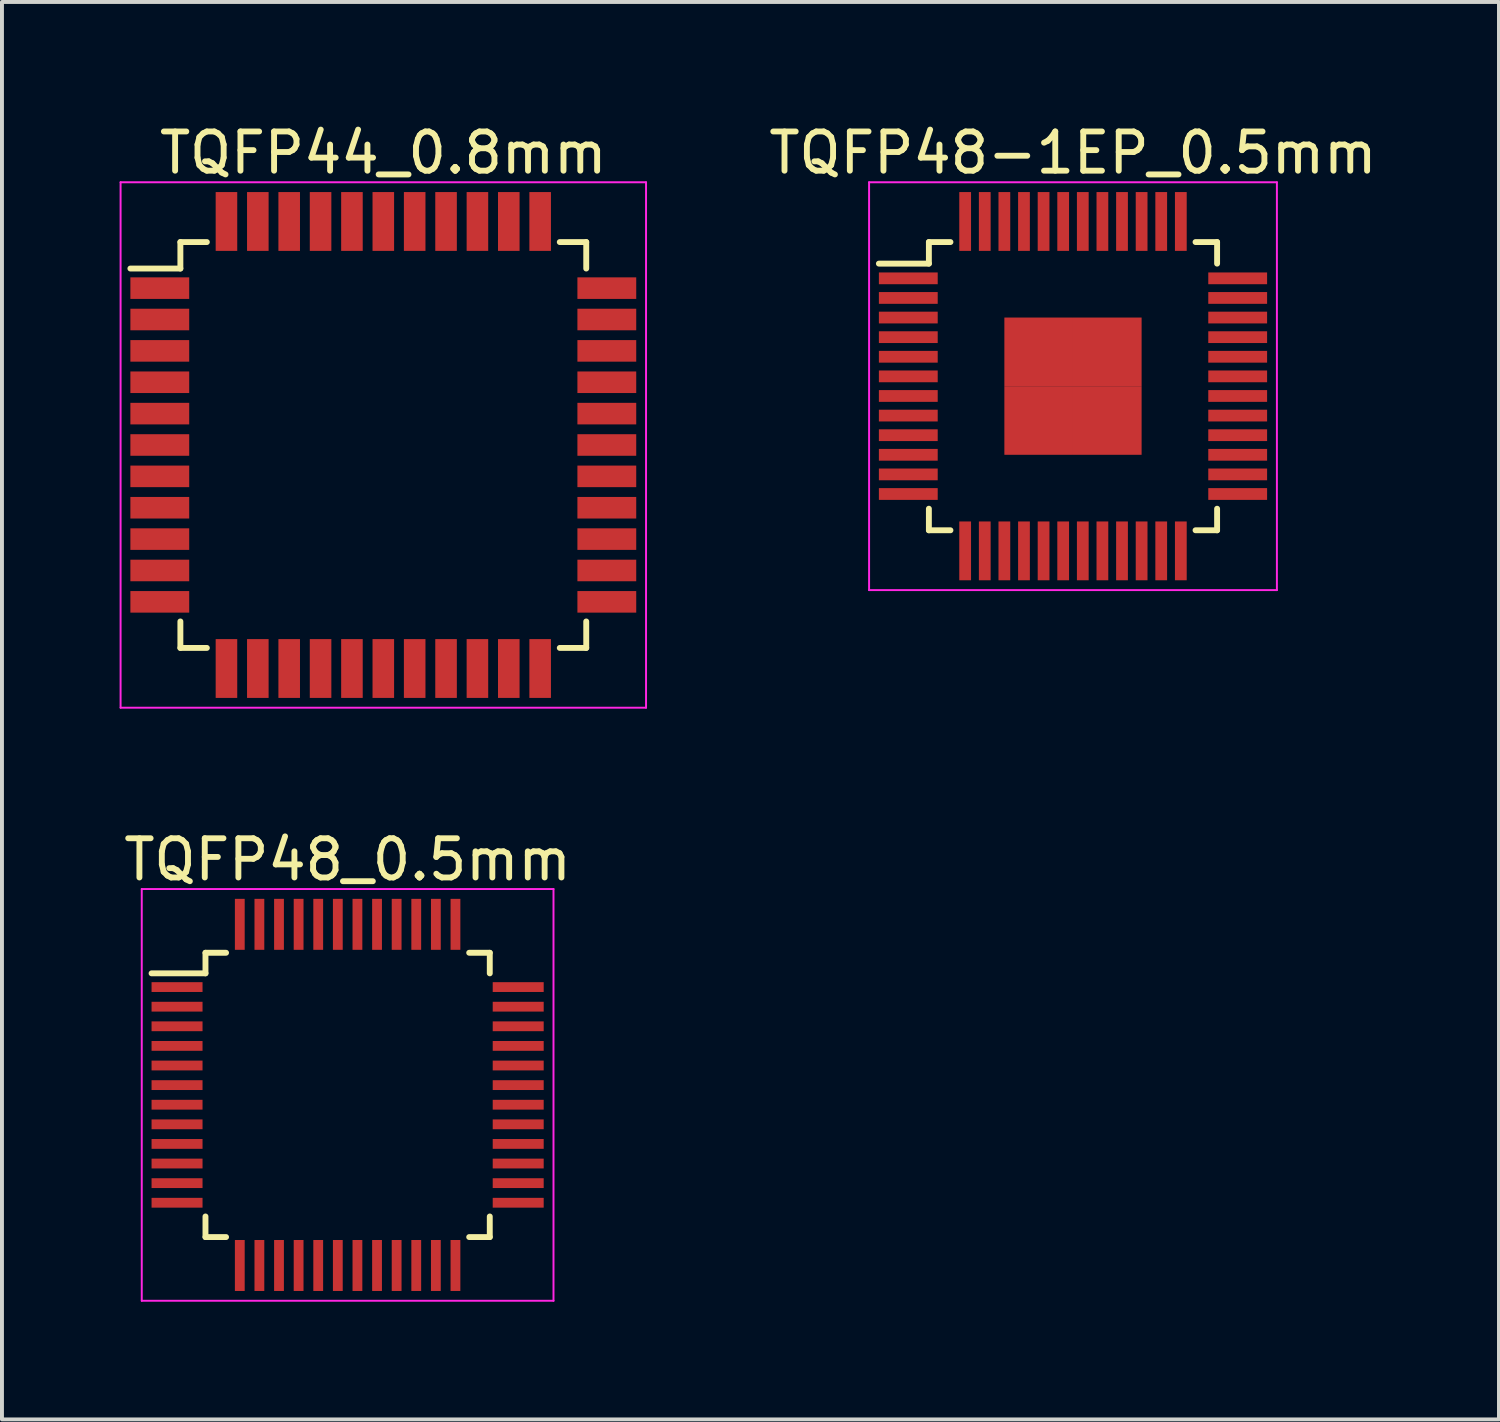
<source format=kicad_pcb>
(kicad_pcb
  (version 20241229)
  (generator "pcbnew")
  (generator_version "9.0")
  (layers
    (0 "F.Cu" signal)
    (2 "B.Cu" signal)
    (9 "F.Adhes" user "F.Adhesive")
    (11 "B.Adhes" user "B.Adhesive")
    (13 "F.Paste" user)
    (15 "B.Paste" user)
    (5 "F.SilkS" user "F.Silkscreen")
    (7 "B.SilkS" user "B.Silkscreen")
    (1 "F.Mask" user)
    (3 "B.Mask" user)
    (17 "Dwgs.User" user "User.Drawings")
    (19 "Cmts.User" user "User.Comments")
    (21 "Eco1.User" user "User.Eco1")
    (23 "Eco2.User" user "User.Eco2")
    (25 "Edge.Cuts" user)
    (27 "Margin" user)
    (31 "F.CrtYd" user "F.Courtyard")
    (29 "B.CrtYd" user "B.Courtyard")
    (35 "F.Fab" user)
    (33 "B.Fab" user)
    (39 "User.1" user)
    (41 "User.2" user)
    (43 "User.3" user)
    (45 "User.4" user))
  (footprint "TQFP44_0.8mm"
    (layer "F.Cu")
    (at 6.725 8.298)
    (property "Reference" "TQFP44_0.8mm" (at 0 -7.45 0) (layer "F.SilkS") (effects (font (size 1 1) (thickness 0.15))))
    (attr smd)
    (fp_line (start -5.175 -5.175) (end -5.175 -4.5) (stroke (width 0.15) (type solid)) (layer "F.SilkS"))
    (fp_line (start -5.175 -5.175) (end -4.5 -5.175) (stroke (width 0.15) (type solid)) (layer "F.SilkS"))
    (fp_line (start -5.175 -4.5) (end -6.45 -4.5) (stroke (width 0.15) (type solid)) (layer "F.SilkS"))
    (fp_line (start -5.175 5.175) (end -5.175 4.5) (stroke (width 0.15) (type solid)) (layer "F.SilkS"))
    (fp_line (start -5.175 5.175) (end -4.5 5.175) (stroke (width 0.15) (type solid)) (layer "F.SilkS"))
    (fp_line (start 5.175 -5.175) (end 4.5 -5.175) (stroke (width 0.15) (type solid)) (layer "F.SilkS"))
    (fp_line (start 5.175 -5.175) (end 5.175 -4.5) (stroke (width 0.15) (type solid)) (layer "F.SilkS"))
    (fp_line (start 5.175 5.175) (end 4.5 5.175) (stroke (width 0.15) (type solid)) (layer "F.SilkS"))
    (fp_line (start 5.175 5.175) (end 5.175 4.5) (stroke (width 0.15) (type solid)) (layer "F.SilkS"))
    (fp_line (start -6.7 -6.7) (end -6.7 6.7) (stroke (width 0.05) (type solid)) (layer "F.CrtYd"))
    (fp_line (start -6.7 -6.7) (end 6.7 -6.7) (stroke (width 0.05) (type solid)) (layer "F.CrtYd"))
    (fp_line (start -6.7 6.7) (end 6.7 6.7) (stroke (width 0.05) (type solid)) (layer "F.CrtYd"))
    (fp_line (start 6.7 -6.7) (end 6.7 6.7) (stroke (width 0.05) (type solid)) (layer "F.CrtYd"))
    (pad "1" smd rect (at -5.7 -4) (size 1.5 0.55) (layers "F.Cu" "F.Mask" "F.Paste"))
    (pad "2" smd rect (at -5.7 -3.2) (size 1.5 0.55) (layers "F.Cu" "F.Mask" "F.Paste"))
    (pad "3" smd rect (at -5.7 -2.4) (size 1.5 0.55) (layers "F.Cu" "F.Mask" "F.Paste"))
    (pad "4" smd rect (at -5.7 -1.6) (size 1.5 0.55) (layers "F.Cu" "F.Mask" "F.Paste"))
    (pad "5" smd rect (at -5.7 -0.8) (size 1.5 0.55) (layers "F.Cu" "F.Mask" "F.Paste"))
    (pad "6" smd rect (at -5.7 0) (size 1.5 0.55) (layers "F.Cu" "F.Mask" "F.Paste"))
    (pad "7" smd rect (at -5.7 0.8) (size 1.5 0.55) (layers "F.Cu" "F.Mask" "F.Paste"))
    (pad "8" smd rect (at -5.7 1.6) (size 1.5 0.55) (layers "F.Cu" "F.Mask" "F.Paste"))
    (pad "9" smd rect (at -5.7 2.4) (size 1.5 0.55) (layers "F.Cu" "F.Mask" "F.Paste"))
    (pad "10" smd rect (at -5.7 3.2) (size 1.5 0.55) (layers "F.Cu" "F.Mask" "F.Paste"))
    (pad "11" smd rect (at -5.7 4) (size 1.5 0.55) (layers "F.Cu" "F.Mask" "F.Paste"))
    (pad "12" smd rect (at -4 5.7 90) (size 1.5 0.55) (layers "F.Cu" "F.Mask" "F.Paste"))
    (pad "13" smd rect (at -3.2 5.7 90) (size 1.5 0.55) (layers "F.Cu" "F.Mask" "F.Paste"))
    (pad "14" smd rect (at -2.4 5.7 90) (size 1.5 0.55) (layers "F.Cu" "F.Mask" "F.Paste"))
    (pad "15" smd rect (at -1.6 5.7 90) (size 1.5 0.55) (layers "F.Cu" "F.Mask" "F.Paste"))
    (pad "16" smd rect (at -0.8 5.7 90) (size 1.5 0.55) (layers "F.Cu" "F.Mask" "F.Paste"))
    (pad "17" smd rect (at 0 5.7 90) (size 1.5 0.55) (layers "F.Cu" "F.Mask" "F.Paste"))
    (pad "18" smd rect (at 0.8 5.7 90) (size 1.5 0.55) (layers "F.Cu" "F.Mask" "F.Paste"))
    (pad "19" smd rect (at 1.6 5.7 90) (size 1.5 0.55) (layers "F.Cu" "F.Mask" "F.Paste"))
    (pad "20" smd rect (at 2.4 5.7 90) (size 1.5 0.55) (layers "F.Cu" "F.Mask" "F.Paste"))
    (pad "21" smd rect (at 3.2 5.7 90) (size 1.5 0.55) (layers "F.Cu" "F.Mask" "F.Paste"))
    (pad "22" smd rect (at 4 5.7 90) (size 1.5 0.55) (layers "F.Cu" "F.Mask" "F.Paste"))
    (pad "23" smd rect (at 5.7 4) (size 1.5 0.55) (layers "F.Cu" "F.Mask" "F.Paste"))
    (pad "24" smd rect (at 5.7 3.2) (size 1.5 0.55) (layers "F.Cu" "F.Mask" "F.Paste"))
    (pad "25" smd rect (at 5.7 2.4) (size 1.5 0.55) (layers "F.Cu" "F.Mask" "F.Paste"))
    (pad "26" smd rect (at 5.7 1.6) (size 1.5 0.55) (layers "F.Cu" "F.Mask" "F.Paste"))
    (pad "27" smd rect (at 5.7 0.8) (size 1.5 0.55) (layers "F.Cu" "F.Mask" "F.Paste"))
    (pad "28" smd rect (at 5.7 0) (size 1.5 0.55) (layers "F.Cu" "F.Mask" "F.Paste"))
    (pad "29" smd rect (at 5.7 -0.8) (size 1.5 0.55) (layers "F.Cu" "F.Mask" "F.Paste"))
    (pad "30" smd rect (at 5.7 -1.6) (size 1.5 0.55) (layers "F.Cu" "F.Mask" "F.Paste"))
    (pad "31" smd rect (at 5.7 -2.4) (size 1.5 0.55) (layers "F.Cu" "F.Mask" "F.Paste"))
    (pad "32" smd rect (at 5.7 -3.2) (size 1.5 0.55) (layers "F.Cu" "F.Mask" "F.Paste"))
    (pad "33" smd rect (at 5.7 -4) (size 1.5 0.55) (layers "F.Cu" "F.Mask" "F.Paste"))
    (pad "34" smd rect (at 4 -5.7 90) (size 1.5 0.55) (layers "F.Cu" "F.Mask" "F.Paste"))
    (pad "35" smd rect (at 3.2 -5.7 90) (size 1.5 0.55) (layers "F.Cu" "F.Mask" "F.Paste"))
    (pad "36" smd rect (at 2.4 -5.7 90) (size 1.5 0.55) (layers "F.Cu" "F.Mask" "F.Paste"))
    (pad "37" smd rect (at 1.6 -5.7 90) (size 1.5 0.55) (layers "F.Cu" "F.Mask" "F.Paste"))
    (pad "38" smd rect (at 0.8 -5.7 90) (size 1.5 0.55) (layers "F.Cu" "F.Mask" "F.Paste"))
    (pad "39" smd rect (at 0 -5.7 90) (size 1.5 0.55) (layers "F.Cu" "F.Mask" "F.Paste"))
    (pad "40" smd rect (at -0.8 -5.7 90) (size 1.5 0.55) (layers "F.Cu" "F.Mask" "F.Paste"))
    (pad "41" smd rect (at -1.6 -5.7 90) (size 1.5 0.55) (layers "F.Cu" "F.Mask" "F.Paste"))
    (pad "42" smd rect (at -2.4 -5.7 90) (size 1.5 0.55) (layers "F.Cu" "F.Mask" "F.Paste"))
    (pad "43" smd rect (at -3.2 -5.7 90) (size 1.5 0.55) (layers "F.Cu" "F.Mask" "F.Paste"))
    (pad "44" smd rect (at -4 -5.7 90) (size 1.5 0.55) (layers "F.Cu" "F.Mask" "F.Paste")))
  (footprint "TQFP48-1EP_0.5mm"
    (layer "F.Cu")
    (at 24.313 6.798)
    (property "Reference" "TQFP48-1EP_0.5mm" (at 0 -5.95 0) (layer "F.SilkS") (effects (font (size 1 1) (thickness 0.15))))
    (attr smd)
    (fp_line (start -3.675 -3.675) (end -3.675 -3.125) (stroke (width 0.15) (type solid)) (layer "F.SilkS"))
    (fp_line (start -3.675 -3.675) (end -3.125 -3.675) (stroke (width 0.15) (type solid)) (layer "F.SilkS"))
    (fp_line (start -3.675 -3.125) (end -4.95 -3.125) (stroke (width 0.15) (type solid)) (layer "F.SilkS"))
    (fp_line (start -3.675 3.675) (end -3.675 3.125) (stroke (width 0.15) (type solid)) (layer "F.SilkS"))
    (fp_line (start -3.675 3.675) (end -3.125 3.675) (stroke (width 0.15) (type solid)) (layer "F.SilkS"))
    (fp_line (start 3.675 -3.675) (end 3.125 -3.675) (stroke (width 0.15) (type solid)) (layer "F.SilkS"))
    (fp_line (start 3.675 -3.675) (end 3.675 -3.125) (stroke (width 0.15) (type solid)) (layer "F.SilkS"))
    (fp_line (start 3.675 3.675) (end 3.125 3.675) (stroke (width 0.15) (type solid)) (layer "F.SilkS"))
    (fp_line (start 3.675 3.675) (end 3.675 3.125) (stroke (width 0.15) (type solid)) (layer "F.SilkS"))
    (fp_line (start -5.2 -5.2) (end -5.2 5.2) (stroke (width 0.05) (type solid)) (layer "F.CrtYd"))
    (fp_line (start -5.2 -5.2) (end 5.2 -5.2) (stroke (width 0.05) (type solid)) (layer "F.CrtYd"))
    (fp_line (start -5.2 5.2) (end 5.2 5.2) (stroke (width 0.05) (type solid)) (layer "F.CrtYd"))
    (fp_line (start 5.2 -5.2) (end 5.2 5.2) (stroke (width 0.05) (type solid)) (layer "F.CrtYd"))
    (pad "1" smd rect (at -4.2 -2.75) (size 1.5 0.3) (layers "F.Cu" "F.Mask" "F.Paste"))
    (pad "2" smd rect (at -4.2 -2.25) (size 1.5 0.3) (layers "F.Cu" "F.Mask" "F.Paste"))
    (pad "3" smd rect (at -4.2 -1.75) (size 1.5 0.3) (layers "F.Cu" "F.Mask" "F.Paste"))
    (pad "4" smd rect (at -4.2 -1.25) (size 1.5 0.3) (layers "F.Cu" "F.Mask" "F.Paste"))
    (pad "5" smd rect (at -4.2 -0.75) (size 1.5 0.3) (layers "F.Cu" "F.Mask" "F.Paste"))
    (pad "6" smd rect (at -4.2 -0.25) (size 1.5 0.3) (layers "F.Cu" "F.Mask" "F.Paste"))
    (pad "7" smd rect (at -4.2 0.25) (size 1.5 0.3) (layers "F.Cu" "F.Mask" "F.Paste"))
    (pad "8" smd rect (at -4.2 0.75) (size 1.5 0.3) (layers "F.Cu" "F.Mask" "F.Paste"))
    (pad "9" smd rect (at -4.2 1.25) (size 1.5 0.3) (layers "F.Cu" "F.Mask" "F.Paste"))
    (pad "10" smd rect (at -4.2 1.75) (size 1.5 0.3) (layers "F.Cu" "F.Mask" "F.Paste"))
    (pad "11" smd rect (at -4.2 2.25) (size 1.5 0.3) (layers "F.Cu" "F.Mask" "F.Paste"))
    (pad "12" smd rect (at -4.2 2.75) (size 1.5 0.3) (layers "F.Cu" "F.Mask" "F.Paste"))
    (pad "13" smd rect (at -2.75 4.2 90) (size 1.5 0.3) (layers "F.Cu" "F.Mask" "F.Paste"))
    (pad "14" smd rect (at -2.25 4.2 90) (size 1.5 0.3) (layers "F.Cu" "F.Mask" "F.Paste"))
    (pad "15" smd rect (at -1.75 4.2 90) (size 1.5 0.3) (layers "F.Cu" "F.Mask" "F.Paste"))
    (pad "16" smd rect (at -1.25 4.2 90) (size 1.5 0.3) (layers "F.Cu" "F.Mask" "F.Paste"))
    (pad "17" smd rect (at -0.75 4.2 90) (size 1.5 0.3) (layers "F.Cu" "F.Mask" "F.Paste"))
    (pad "18" smd rect (at -0.25 4.2 90) (size 1.5 0.3) (layers "F.Cu" "F.Mask" "F.Paste"))
    (pad "19" smd rect (at 0.25 4.2 90) (size 1.5 0.3) (layers "F.Cu" "F.Mask" "F.Paste"))
    (pad "20" smd rect (at 0.75 4.2 90) (size 1.5 0.3) (layers "F.Cu" "F.Mask" "F.Paste"))
    (pad "21" smd rect (at 1.25 4.2 90) (size 1.5 0.3) (layers "F.Cu" "F.Mask" "F.Paste"))
    (pad "22" smd rect (at 1.75 4.2 90) (size 1.5 0.3) (layers "F.Cu" "F.Mask" "F.Paste"))
    (pad "23" smd rect (at 2.25 4.2 90) (size 1.5 0.3) (layers "F.Cu" "F.Mask" "F.Paste"))
    (pad "24" smd rect (at 2.75 4.2 90) (size 1.5 0.3) (layers "F.Cu" "F.Mask" "F.Paste"))
    (pad "25" smd rect (at 4.2 2.75) (size 1.5 0.3) (layers "F.Cu" "F.Mask" "F.Paste"))
    (pad "26" smd rect (at 4.2 2.25) (size 1.5 0.3) (layers "F.Cu" "F.Mask" "F.Paste"))
    (pad "27" smd rect (at 4.2 1.75) (size 1.5 0.3) (layers "F.Cu" "F.Mask" "F.Paste"))
    (pad "28" smd rect (at 4.2 1.25) (size 1.5 0.3) (layers "F.Cu" "F.Mask" "F.Paste"))
    (pad "29" smd rect (at 4.2 0.75) (size 1.5 0.3) (layers "F.Cu" "F.Mask" "F.Paste"))
    (pad "30" smd rect (at 4.2 0.25) (size 1.5 0.3) (layers "F.Cu" "F.Mask" "F.Paste"))
    (pad "31" smd rect (at 4.2 -0.25) (size 1.5 0.3) (layers "F.Cu" "F.Mask" "F.Paste"))
    (pad "32" smd rect (at 4.2 -0.75) (size 1.5 0.3) (layers "F.Cu" "F.Mask" "F.Paste"))
    (pad "33" smd rect (at 4.2 -1.25) (size 1.5 0.3) (layers "F.Cu" "F.Mask" "F.Paste"))
    (pad "34" smd rect (at 4.2 -1.75) (size 1.5 0.3) (layers "F.Cu" "F.Mask" "F.Paste"))
    (pad "35" smd rect (at 4.2 -2.25) (size 1.5 0.3) (layers "F.Cu" "F.Mask" "F.Paste"))
    (pad "36" smd rect (at 4.2 -2.75) (size 1.5 0.3) (layers "F.Cu" "F.Mask" "F.Paste"))
    (pad "37" smd rect (at 2.75 -4.2 90) (size 1.5 0.3) (layers "F.Cu" "F.Mask" "F.Paste"))
    (pad "38" smd rect (at 2.25 -4.2 90) (size 1.5 0.3) (layers "F.Cu" "F.Mask" "F.Paste"))
    (pad "39" smd rect (at 1.75 -4.2 90) (size 1.5 0.3) (layers "F.Cu" "F.Mask" "F.Paste"))
    (pad "40" smd rect (at 1.25 -4.2 90) (size 1.5 0.3) (layers "F.Cu" "F.Mask" "F.Paste"))
    (pad "41" smd rect (at 0.75 -4.2 90) (size 1.5 0.3) (layers "F.Cu" "F.Mask" "F.Paste"))
    (pad "42" smd rect (at 0.25 -4.2 90) (size 1.5 0.3) (layers "F.Cu" "F.Mask" "F.Paste"))
    (pad "43" smd rect (at -0.25 -4.2 90) (size 1.5 0.3) (layers "F.Cu" "F.Mask" "F.Paste"))
    (pad "44" smd rect (at -0.75 -4.2 90) (size 1.5 0.3) (layers "F.Cu" "F.Mask" "F.Paste"))
    (pad "45" smd rect (at -1.25 -4.2 90) (size 1.5 0.3) (layers "F.Cu" "F.Mask" "F.Paste"))
    (pad "46" smd rect (at -1.75 -4.2 90) (size 1.5 0.3) (layers "F.Cu" "F.Mask" "F.Paste"))
    (pad "47" smd rect (at -2.25 -4.2 90) (size 1.5 0.3) (layers "F.Cu" "F.Mask" "F.Paste"))
    (pad "48" smd rect (at -2.75 -4.2 90) (size 1.5 0.3) (layers "F.Cu" "F.Mask" "F.Paste"))
    (pad "49" smd rect (at -0.875 -0.875) (size 1.75 1.75) (layers "F.Cu" "F.Mask" "F.Paste"))
    (pad "49" smd rect (at -0.875 0.875) (size 1.75 1.75) (layers "F.Cu" "F.Mask" "F.Paste"))
    (pad "49" smd rect (at 0.875 -0.875) (size 1.75 1.75) (layers "F.Cu" "F.Mask" "F.Paste"))
    (pad "49" smd rect (at 0.875 0.875) (size 1.75 1.75) (layers "F.Cu" "F.Mask" "F.Paste")))
  (footprint "TQFP48_0.5mm"
    (layer "F.Cu")
    (at 5.815 24.872)
    (property "Reference" "TQFP48_0.5mm" (at 0 -6 0) (layer "F.SilkS") (effects (font (size 1 1) (thickness 0.15))))
    (attr smd)
    (fp_line (start -3.625 -3.625) (end -3.625 -3.1) (stroke (width 0.15) (type solid)) (layer "F.SilkS"))
    (fp_line (start -3.625 -3.625) (end -3.1 -3.625) (stroke (width 0.15) (type solid)) (layer "F.SilkS"))
    (fp_line (start -3.625 -3.1) (end -5 -3.1) (stroke (width 0.15) (type solid)) (layer "F.SilkS"))
    (fp_line (start -3.625 3.625) (end -3.625 3.1) (stroke (width 0.15) (type solid)) (layer "F.SilkS"))
    (fp_line (start -3.625 3.625) (end -3.1 3.625) (stroke (width 0.15) (type solid)) (layer "F.SilkS"))
    (fp_line (start 3.625 -3.625) (end 3.1 -3.625) (stroke (width 0.15) (type solid)) (layer "F.SilkS"))
    (fp_line (start 3.625 -3.625) (end 3.625 -3.1) (stroke (width 0.15) (type solid)) (layer "F.SilkS"))
    (fp_line (start 3.625 3.625) (end 3.1 3.625) (stroke (width 0.15) (type solid)) (layer "F.SilkS"))
    (fp_line (start 3.625 3.625) (end 3.625 3.1) (stroke (width 0.15) (type solid)) (layer "F.SilkS"))
    (fp_line (start -5.25 -5.25) (end -5.25 5.25) (stroke (width 0.05) (type solid)) (layer "F.CrtYd"))
    (fp_line (start -5.25 -5.25) (end 5.25 -5.25) (stroke (width 0.05) (type solid)) (layer "F.CrtYd"))
    (fp_line (start -5.25 5.25) (end 5.25 5.25) (stroke (width 0.05) (type solid)) (layer "F.CrtYd"))
    (fp_line (start 5.25 -5.25) (end 5.25 5.25) (stroke (width 0.05) (type solid)) (layer "F.CrtYd"))
    (pad "1" smd rect (at -4.35 -2.75) (size 1.3 0.25) (layers "F.Cu" "F.Mask" "F.Paste"))
    (pad "2" smd rect (at -4.35 -2.25) (size 1.3 0.25) (layers "F.Cu" "F.Mask" "F.Paste"))
    (pad "3" smd rect (at -4.35 -1.75) (size 1.3 0.25) (layers "F.Cu" "F.Mask" "F.Paste"))
    (pad "4" smd rect (at -4.35 -1.25) (size 1.3 0.25) (layers "F.Cu" "F.Mask" "F.Paste"))
    (pad "5" smd rect (at -4.35 -0.75) (size 1.3 0.25) (layers "F.Cu" "F.Mask" "F.Paste"))
    (pad "6" smd rect (at -4.35 -0.25) (size 1.3 0.25) (layers "F.Cu" "F.Mask" "F.Paste"))
    (pad "7" smd rect (at -4.35 0.25) (size 1.3 0.25) (layers "F.Cu" "F.Mask" "F.Paste"))
    (pad "8" smd rect (at -4.35 0.75) (size 1.3 0.25) (layers "F.Cu" "F.Mask" "F.Paste"))
    (pad "9" smd rect (at -4.35 1.25) (size 1.3 0.25) (layers "F.Cu" "F.Mask" "F.Paste"))
    (pad "10" smd rect (at -4.35 1.75) (size 1.3 0.25) (layers "F.Cu" "F.Mask" "F.Paste"))
    (pad "11" smd rect (at -4.35 2.25) (size 1.3 0.25) (layers "F.Cu" "F.Mask" "F.Paste"))
    (pad "12" smd rect (at -4.35 2.75) (size 1.3 0.25) (layers "F.Cu" "F.Mask" "F.Paste"))
    (pad "13" smd rect (at -2.75 4.35 90) (size 1.3 0.25) (layers "F.Cu" "F.Mask" "F.Paste"))
    (pad "14" smd rect (at -2.25 4.35 90) (size 1.3 0.25) (layers "F.Cu" "F.Mask" "F.Paste"))
    (pad "15" smd rect (at -1.75 4.35 90) (size 1.3 0.25) (layers "F.Cu" "F.Mask" "F.Paste"))
    (pad "16" smd rect (at -1.25 4.35 90) (size 1.3 0.25) (layers "F.Cu" "F.Mask" "F.Paste"))
    (pad "17" smd rect (at -0.75 4.35 90) (size 1.3 0.25) (layers "F.Cu" "F.Mask" "F.Paste"))
    (pad "18" smd rect (at -0.25 4.35 90) (size 1.3 0.25) (layers "F.Cu" "F.Mask" "F.Paste"))
    (pad "19" smd rect (at 0.25 4.35 90) (size 1.3 0.25) (layers "F.Cu" "F.Mask" "F.Paste"))
    (pad "20" smd rect (at 0.75 4.35 90) (size 1.3 0.25) (layers "F.Cu" "F.Mask" "F.Paste"))
    (pad "21" smd rect (at 1.25 4.35 90) (size 1.3 0.25) (layers "F.Cu" "F.Mask" "F.Paste"))
    (pad "22" smd rect (at 1.75 4.35 90) (size 1.3 0.25) (layers "F.Cu" "F.Mask" "F.Paste"))
    (pad "23" smd rect (at 2.25 4.35 90) (size 1.3 0.25) (layers "F.Cu" "F.Mask" "F.Paste"))
    (pad "24" smd rect (at 2.75 4.35 90) (size 1.3 0.25) (layers "F.Cu" "F.Mask" "F.Paste"))
    (pad "25" smd rect (at 4.35 2.75) (size 1.3 0.25) (layers "F.Cu" "F.Mask" "F.Paste"))
    (pad "26" smd rect (at 4.35 2.25) (size 1.3 0.25) (layers "F.Cu" "F.Mask" "F.Paste"))
    (pad "27" smd rect (at 4.35 1.75) (size 1.3 0.25) (layers "F.Cu" "F.Mask" "F.Paste"))
    (pad "28" smd rect (at 4.35 1.25) (size 1.3 0.25) (layers "F.Cu" "F.Mask" "F.Paste"))
    (pad "29" smd rect (at 4.35 0.75) (size 1.3 0.25) (layers "F.Cu" "F.Mask" "F.Paste"))
    (pad "30" smd rect (at 4.35 0.25) (size 1.3 0.25) (layers "F.Cu" "F.Mask" "F.Paste"))
    (pad "31" smd rect (at 4.35 -0.25) (size 1.3 0.25) (layers "F.Cu" "F.Mask" "F.Paste"))
    (pad "32" smd rect (at 4.35 -0.75) (size 1.3 0.25) (layers "F.Cu" "F.Mask" "F.Paste"))
    (pad "33" smd rect (at 4.35 -1.25) (size 1.3 0.25) (layers "F.Cu" "F.Mask" "F.Paste"))
    (pad "34" smd rect (at 4.35 -1.75) (size 1.3 0.25) (layers "F.Cu" "F.Mask" "F.Paste"))
    (pad "35" smd rect (at 4.35 -2.25) (size 1.3 0.25) (layers "F.Cu" "F.Mask" "F.Paste"))
    (pad "36" smd rect (at 4.35 -2.75) (size 1.3 0.25) (layers "F.Cu" "F.Mask" "F.Paste"))
    (pad "37" smd rect (at 2.75 -4.35 90) (size 1.3 0.25) (layers "F.Cu" "F.Mask" "F.Paste"))
    (pad "38" smd rect (at 2.25 -4.35 90) (size 1.3 0.25) (layers "F.Cu" "F.Mask" "F.Paste"))
    (pad "39" smd rect (at 1.75 -4.35 90) (size 1.3 0.25) (layers "F.Cu" "F.Mask" "F.Paste"))
    (pad "40" smd rect (at 1.25 -4.35 90) (size 1.3 0.25) (layers "F.Cu" "F.Mask" "F.Paste"))
    (pad "41" smd rect (at 0.75 -4.35 90) (size 1.3 0.25) (layers "F.Cu" "F.Mask" "F.Paste"))
    (pad "42" smd rect (at 0.25 -4.35 90) (size 1.3 0.25) (layers "F.Cu" "F.Mask" "F.Paste"))
    (pad "43" smd rect (at -0.25 -4.35 90) (size 1.3 0.25) (layers "F.Cu" "F.Mask" "F.Paste"))
    (pad "44" smd rect (at -0.75 -4.35 90) (size 1.3 0.25) (layers "F.Cu" "F.Mask" "F.Paste"))
    (pad "45" smd rect (at -1.25 -4.35 90) (size 1.3 0.25) (layers "F.Cu" "F.Mask" "F.Paste"))
    (pad "46" smd rect (at -1.75 -4.35 90) (size 1.3 0.25) (layers "F.Cu" "F.Mask" "F.Paste"))
    (pad "47" smd rect (at -2.25 -4.35 90) (size 1.3 0.25) (layers "F.Cu" "F.Mask" "F.Paste"))
    (pad "48" smd rect (at -2.75 -4.35 90) (size 1.3 0.25) (layers "F.Cu" "F.Mask" "F.Paste")))
  (gr_rect
    (start -3 -3)
    (end 35.176 33.147)
    (stroke (width 0.1) (type default))
    (fill no)
    (layer "Edge.Cuts")))
</source>
